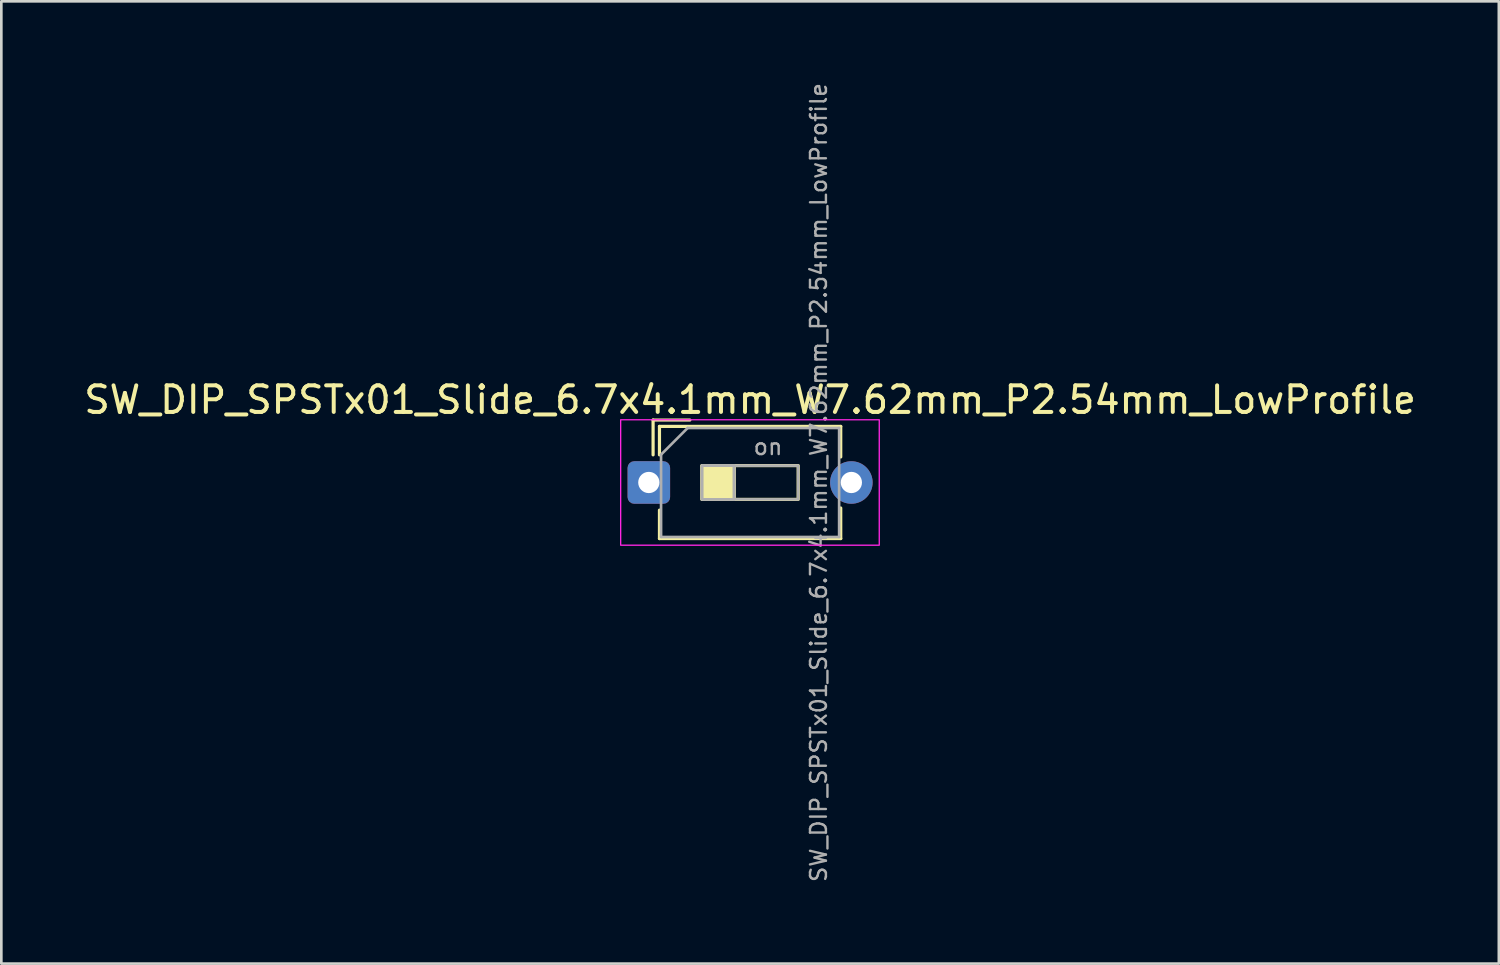
<source format=kicad_pcb>
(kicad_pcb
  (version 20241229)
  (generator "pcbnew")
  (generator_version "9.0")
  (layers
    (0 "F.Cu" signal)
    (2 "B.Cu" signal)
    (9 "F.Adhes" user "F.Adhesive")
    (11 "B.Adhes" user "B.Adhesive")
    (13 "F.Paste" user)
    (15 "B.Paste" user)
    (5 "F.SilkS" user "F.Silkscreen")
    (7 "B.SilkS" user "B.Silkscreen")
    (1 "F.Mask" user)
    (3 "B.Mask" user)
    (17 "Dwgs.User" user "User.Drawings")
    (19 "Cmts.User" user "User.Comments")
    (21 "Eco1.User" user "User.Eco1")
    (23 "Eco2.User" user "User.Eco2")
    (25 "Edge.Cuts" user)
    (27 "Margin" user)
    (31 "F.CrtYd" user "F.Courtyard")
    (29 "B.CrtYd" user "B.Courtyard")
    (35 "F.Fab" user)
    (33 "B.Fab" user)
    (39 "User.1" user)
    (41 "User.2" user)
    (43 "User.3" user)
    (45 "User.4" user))
  (footprint "SW_DIP_SPSTx01_Slide_6.7x4.1mm_W7.62mm_P2.54mm_LowProfile"
    (layer "F.Cu")
    (at 21.363 15.104)
    (property "Reference" "SW_DIP_SPSTx01_Slide_6.7x4.1mm_W7.62mm_P2.54mm_LowProfile" (at 3.81 -3.11 0) (layer "F.SilkS") (effects (font (size 1 1) (thickness 0.15))))
    (attr through_hole)
    (fp_line (start 0.16 -2.35) (end 0.16 -1.04) (stroke (width 0.12) (type solid)) (layer "F.SilkS"))
    (fp_line (start 0.16 -2.35) (end 1.543 -2.35) (stroke (width 0.12) (type solid)) (layer "F.SilkS"))
    (fp_line (start 0.4 -2.11) (end 0.4 -1.04) (stroke (width 0.12) (type solid)) (layer "F.SilkS"))
    (fp_line (start 0.4 -2.11) (end 7.22 -2.11) (stroke (width 0.12) (type solid)) (layer "F.SilkS"))
    (fp_line (start 0.4 1.04) (end 0.4 2.11) (stroke (width 0.12) (type solid)) (layer "F.SilkS"))
    (fp_line (start 0.4 2.11) (end 7.22 2.11) (stroke (width 0.12) (type solid)) (layer "F.SilkS"))
    (fp_line (start 3.207 -0.635) (end 3.207 0.635) (stroke (width 0.12) (type solid)) (layer "F.SilkS"))
    (fp_line (start 7.22 -2.11) (end 7.22 -0.96) (stroke (width 0.12) (type solid)) (layer "F.SilkS"))
    (fp_line (start 7.22 0.96) (end 7.22 2.11) (stroke (width 0.12) (type solid)) (layer "F.SilkS"))
    (fp_rect (start 2 -0.635) (end 3.207 0.635) (stroke (width 0.12) (type solid)) (fill yes) (layer "F.SilkS"))
    (fp_rect (start 2 -0.635) (end 5.62 0.635) (stroke (width 0.12) (type solid)) (fill no) (layer "F.SilkS"))
    (fp_rect (start -1.06 -2.36) (end 8.67 2.36) (stroke (width 0.05) (type solid)) (fill no) (layer "F.CrtYd"))
    (fp_line (start 0.46 -1.05) (end 1.46 -2.05) (stroke (width 0.1) (type solid)) (layer "F.Fab"))
    (fp_line (start 0.46 2.05) (end 0.46 -1.05) (stroke (width 0.1) (type solid)) (layer "F.Fab"))
    (fp_line (start 1.46 -2.05) (end 7.16 -2.05) (stroke (width 0.1) (type solid)) (layer "F.Fab"))
    (fp_line (start 3.207 -0.635) (end 3.207 0.635) (stroke (width 0.1) (type solid)) (layer "F.Fab"))
    (fp_line (start 7.16 -2.05) (end 7.16 2.05) (stroke (width 0.1) (type solid)) (layer "F.Fab"))
    (fp_line (start 7.16 2.05) (end 0.46 2.05) (stroke (width 0.1) (type solid)) (layer "F.Fab"))
    (fp_rect (start 2 -0.635) (end 3.207 0.635) (stroke (width 0.1) (type solid)) (fill no) (layer "F.Fab"))
    (fp_rect (start 2 -0.635) (end 5.62 0.635) (stroke (width 0.1) (type solid)) (fill no) (layer "F.Fab"))
    (fp_text user "on" (at 4.485 -1.343 0) (layer "F.Fab") (effects (font (size 0.6 0.6) (thickness 0.09))))
    (fp_text user "${REFERENCE}" (at 6.39 0 90) (layer "F.Fab") (effects (font (size 0.6 0.6) (thickness 0.09))))
    (pad "1" thru_hole roundrect (at 0 0) (size 1.6 1.6) (drill 0.8) (layers "*.Cu" "*.Mask") (roundrect_rratio 0.156))
    (pad "2" thru_hole circle (at 7.62 0) (size 1.6 1.6) (drill 0.8) (layers "*.Cu" "*.Mask")))
  (gr_rect
    (start -3 -3)
    (end 53.345 33.207)
    (stroke (width 0.1) (type default))
    (fill no)
    (layer "Edge.Cuts")))
</source>
